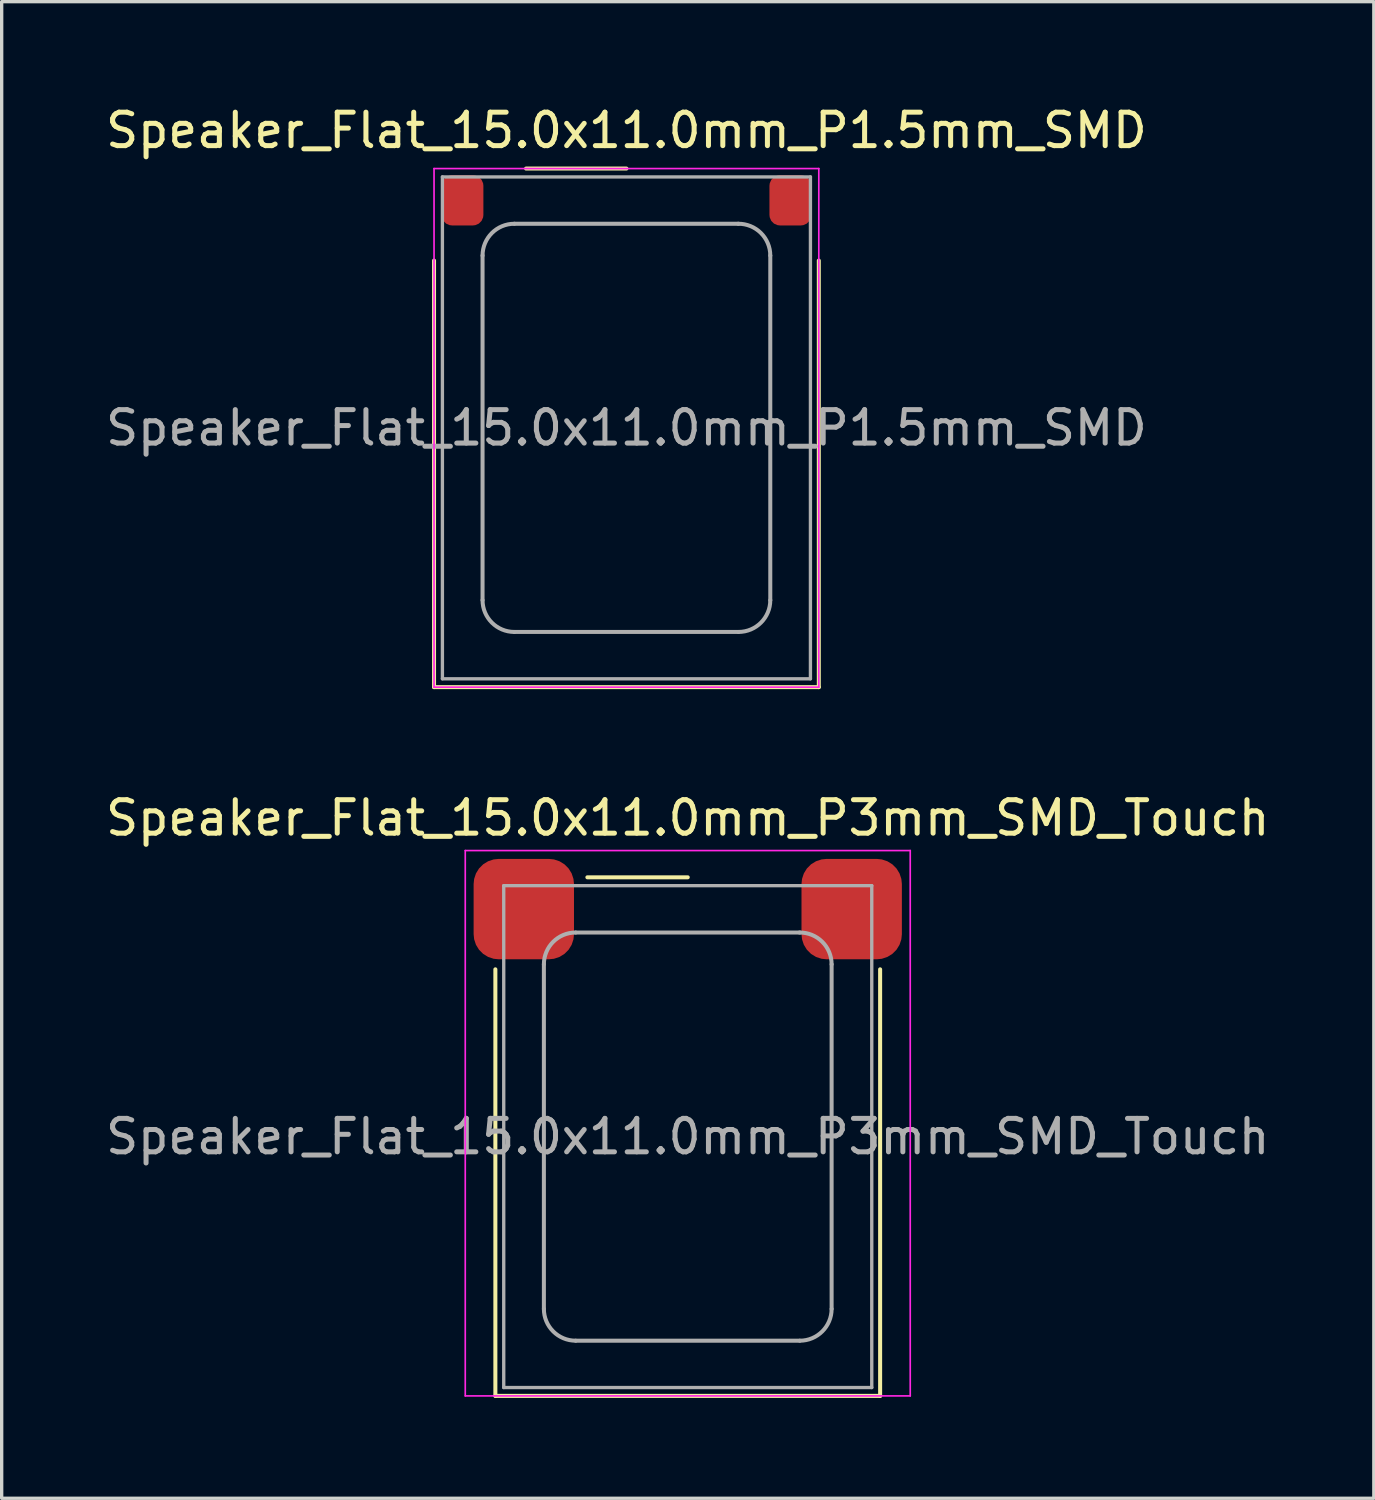
<source format=kicad_pcb>
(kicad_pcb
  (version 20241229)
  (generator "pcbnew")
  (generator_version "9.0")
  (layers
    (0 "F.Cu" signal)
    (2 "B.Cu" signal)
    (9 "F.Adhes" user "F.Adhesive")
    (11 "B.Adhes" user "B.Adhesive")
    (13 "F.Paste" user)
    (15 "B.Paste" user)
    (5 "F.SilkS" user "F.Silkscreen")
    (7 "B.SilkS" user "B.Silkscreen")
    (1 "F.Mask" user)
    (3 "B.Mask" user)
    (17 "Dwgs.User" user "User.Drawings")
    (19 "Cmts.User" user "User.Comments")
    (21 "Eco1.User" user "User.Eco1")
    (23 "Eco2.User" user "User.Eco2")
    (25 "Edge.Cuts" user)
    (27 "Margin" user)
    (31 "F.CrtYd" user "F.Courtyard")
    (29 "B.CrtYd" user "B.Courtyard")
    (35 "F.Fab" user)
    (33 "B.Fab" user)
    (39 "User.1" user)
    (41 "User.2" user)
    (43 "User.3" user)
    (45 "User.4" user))
  (footprint "Speaker_Flat_15.0x11.0mm_P1.5mm_SMD"
    (layer "F.Cu")
    (at 15.673 9.738)
    (property "Reference" "Speaker_Flat_15.0x11.0mm_P1.5mm_SMD" (at 0 -8.89 0) (layer "F.SilkS") (effects (font (size 1 1) (thickness 0.15))))
    (attr smd)
    (fp_line (start -5.75 -5) (end -5.75 7.75) (stroke (width 0.12) (type solid)) (layer "F.SilkS"))
    (fp_line (start -5.75 7.75) (end 5.75 7.75) (stroke (width 0.12) (type solid)) (layer "F.SilkS"))
    (fp_line (start -3 -7.75) (end 0 -7.75) (stroke (width 0.12) (type solid)) (layer "F.SilkS"))
    (fp_line (start 5.75 -5) (end 5.75 7.75) (stroke (width 0.12) (type solid)) (layer "F.SilkS"))
    (fp_line (start -5.75 -7.75) (end -5.75 7.75) (stroke (width 0.05) (type solid)) (layer "F.CrtYd"))
    (fp_line (start -5.75 -7.75) (end 5.75 -7.75) (stroke (width 0.05) (type solid)) (layer "F.CrtYd"))
    (fp_line (start -5.75 7.75) (end 5.75 7.75) (stroke (width 0.05) (type solid)) (layer "F.CrtYd"))
    (fp_line (start 5.75 -7.75) (end 5.75 7.75) (stroke (width 0.05) (type solid)) (layer "F.CrtYd"))
    (fp_line (start -5.5 -7.5) (end -5.5 7.5) (stroke (width 0.1) (type solid)) (layer "F.Fab"))
    (fp_line (start -5.5 -7.5) (end 5.5 -7.5) (stroke (width 0.1) (type solid)) (layer "F.Fab"))
    (fp_line (start -5.5 7.5) (end 5.5 7.5) (stroke (width 0.1) (type solid)) (layer "F.Fab"))
    (fp_line (start -4.3 -5.15) (end -4.3 5.15) (stroke (width 0.12) (type solid)) (layer "F.Fab"))
    (fp_line (start -3.35 -6.1) (end 3.35 -6.1) (stroke (width 0.12) (type solid)) (layer "F.Fab"))
    (fp_line (start -3.35 6.1) (end 3.35 6.1) (stroke (width 0.12) (type solid)) (layer "F.Fab"))
    (fp_line (start 4.3 -5.15) (end 4.3 5.15) (stroke (width 0.12) (type solid)) (layer "F.Fab"))
    (fp_line (start 5.5 -7.5) (end 5.5 7.5) (stroke (width 0.1) (type solid)) (layer "F.Fab"))
    (fp_arc (start -4.3 -5.15) (mid -4.021751 -5.821751) (end -3.35 -6.1) (stroke (width 0.12) (type solid)) (layer "F.Fab"))
    (fp_arc (start -3.35 6.1) (mid -4.021751 5.821751) (end -4.3 5.15) (stroke (width 0.12) (type solid)) (layer "F.Fab"))
    (fp_arc (start 3.340052 -6.099948) (mid 4.018225 -5.825259) (end 4.3 -5.15) (stroke (width 0.12) (type solid)) (layer "F.Fab"))
    (fp_arc (start 4.3 5.15) (mid 4.021751 5.821751) (end 3.35 6.1) (stroke (width 0.12) (type solid)) (layer "F.Fab"))
    (fp_text user "${REFERENCE}" (at 0 0 0) (layer "F.Fab") (effects (font (size 1 1) (thickness 0.15))))
    (pad "1" smd roundrect (at -4.9 -6.8) (size 1.25 1.5) (layers "F.Cu" "F.Mask" "F.Paste") (roundrect_rratio 0.25))
    (pad "2" smd roundrect (at 4.9 -6.8) (size 1.25 1.5) (layers "F.Cu" "F.Mask" "F.Paste") (roundrect_rratio 0.25)))
  (footprint "Speaker_Flat_15.0x11.0mm_P3mm_SMD_Touch"
    (layer "F.Cu")
    (at 17.506 30.922)
    (property "Reference" "Speaker_Flat_15.0x11.0mm_P3mm_SMD_Touch" (at 0 -9.525 0) (layer "F.SilkS") (effects (font (size 1 1) (thickness 0.15))))
    (attr smd)
    (fp_line (start -5.75 -5) (end -5.75 7.75) (stroke (width 0.12) (type solid)) (layer "F.SilkS"))
    (fp_line (start -5.75 7.75) (end 5.75 7.75) (stroke (width 0.12) (type solid)) (layer "F.SilkS"))
    (fp_line (start -3 -7.75) (end 0 -7.75) (stroke (width 0.12) (type solid)) (layer "F.SilkS"))
    (fp_line (start 5.75 -5) (end 5.75 7.75) (stroke (width 0.12) (type solid)) (layer "F.SilkS"))
    (fp_line (start -6.65 -8.55) (end -6.65 7.75) (stroke (width 0.05) (type solid)) (layer "F.CrtYd"))
    (fp_line (start -6.65 -8.55) (end 6.65 -8.55) (stroke (width 0.05) (type solid)) (layer "F.CrtYd"))
    (fp_line (start -6.65 7.75) (end 6.65 7.75) (stroke (width 0.05) (type solid)) (layer "F.CrtYd"))
    (fp_line (start 6.65 -8.55) (end 6.65 7.75) (stroke (width 0.05) (type solid)) (layer "F.CrtYd"))
    (fp_line (start -5.5 -7.5) (end -5.5 7.5) (stroke (width 0.1) (type solid)) (layer "F.Fab"))
    (fp_line (start -5.5 -7.5) (end 5.5 -7.5) (stroke (width 0.1) (type solid)) (layer "F.Fab"))
    (fp_line (start -5.5 7.5) (end 5.5 7.5) (stroke (width 0.1) (type solid)) (layer "F.Fab"))
    (fp_line (start -4.3 -5.15) (end -4.3 5.15) (stroke (width 0.12) (type solid)) (layer "F.Fab"))
    (fp_line (start -3.35 -6.1) (end 3.35 -6.1) (stroke (width 0.12) (type solid)) (layer "F.Fab"))
    (fp_line (start -3.35 6.1) (end 3.35 6.1) (stroke (width 0.12) (type solid)) (layer "F.Fab"))
    (fp_line (start 4.3 -5.15) (end 4.3 5.15) (stroke (width 0.12) (type solid)) (layer "F.Fab"))
    (fp_line (start 5.5 -7.5) (end 5.5 7.5) (stroke (width 0.1) (type solid)) (layer "F.Fab"))
    (fp_arc (start -4.3 -5.15) (mid -4.021751 -5.821751) (end -3.35 -6.1) (stroke (width 0.12) (type solid)) (layer "F.Fab"))
    (fp_arc (start -3.35 6.1) (mid -4.021751 5.821751) (end -4.3 5.15) (stroke (width 0.12) (type solid)) (layer "F.Fab"))
    (fp_arc (start 3.340052 -6.099948) (mid 4.018225 -5.825259) (end 4.3 -5.15) (stroke (width 0.12) (type solid)) (layer "F.Fab"))
    (fp_arc (start 4.3 5.15) (mid 4.021751 5.821751) (end 3.35 6.1) (stroke (width 0.12) (type solid)) (layer "F.Fab"))
    (fp_text user "${REFERENCE}" (at 0 0 0) (layer "F.Fab") (effects (font (size 1 1) (thickness 0.15))))
    (pad "1" smd roundrect (at -4.9 -6.8) (size 3 3) (layers "F.Cu" "F.Mask" "F.Paste") (roundrect_rratio 0.25))
    (pad "2" smd roundrect (at 4.9 -6.8) (size 3 3) (layers "F.Cu" "F.Mask" "F.Paste") (roundrect_rratio 0.25)))
  (gr_rect
    (start -3 -3)
    (end 38.012 41.731)
    (stroke (width 0.1) (type default))
    (fill no)
    (layer "Edge.Cuts")))
</source>
